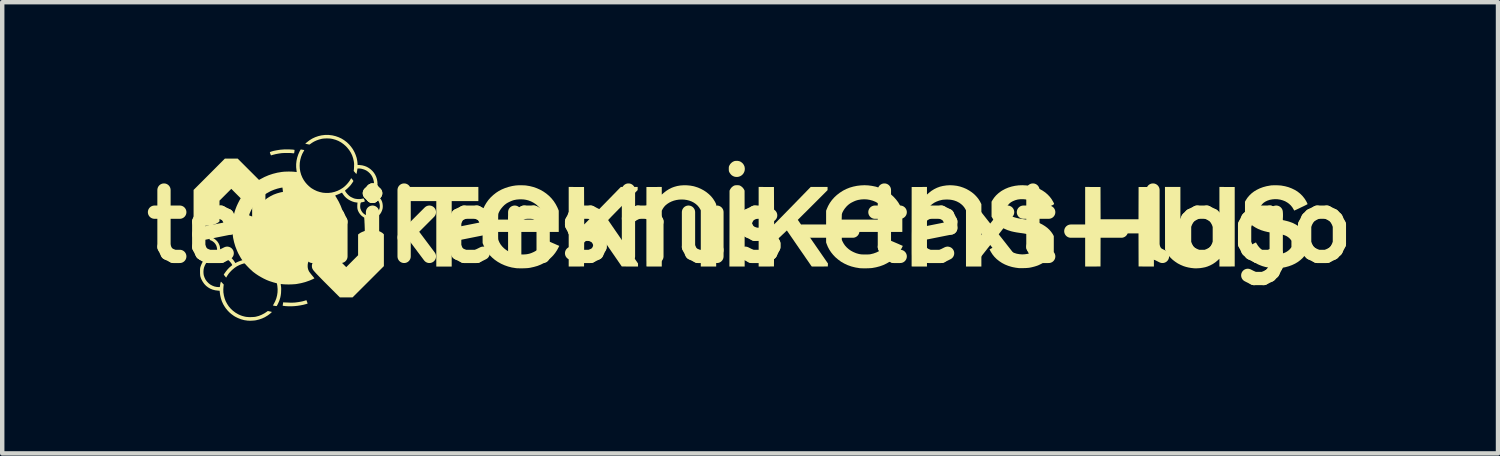
<source format=kicad_pcb>
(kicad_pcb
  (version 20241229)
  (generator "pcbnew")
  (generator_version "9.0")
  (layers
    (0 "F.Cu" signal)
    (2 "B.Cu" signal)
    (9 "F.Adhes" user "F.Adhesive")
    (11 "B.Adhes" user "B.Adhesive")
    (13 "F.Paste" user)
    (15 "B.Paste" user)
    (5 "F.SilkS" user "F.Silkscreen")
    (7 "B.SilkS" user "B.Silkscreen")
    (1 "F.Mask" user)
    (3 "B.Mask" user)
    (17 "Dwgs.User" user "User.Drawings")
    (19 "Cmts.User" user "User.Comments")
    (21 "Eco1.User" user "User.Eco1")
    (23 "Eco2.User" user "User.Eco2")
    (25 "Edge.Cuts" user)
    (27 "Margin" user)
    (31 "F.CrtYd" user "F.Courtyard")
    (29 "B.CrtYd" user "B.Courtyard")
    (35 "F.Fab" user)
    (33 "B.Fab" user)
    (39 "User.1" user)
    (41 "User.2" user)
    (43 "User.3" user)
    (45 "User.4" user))
  (footprint "teknikenshus-text-logo"
    (layer "F.Cu")
    (at 13.907 2.068)
    (property "Reference" "teknikenshus-text-logo" (at 0 0 0) (layer "F.SilkS") (effects (font (size 1.5 1.5) (thickness 0.3))))
    (attr board_only exclude_from_pos_files exclude_from_bom)
    (fp_poly (pts (xy -6.143 -0.732) (xy -6.143 -0.572) (xy -6.444 -0.572) (xy -6.746 -0.572) (xy -6.746 0.168) (xy -6.746 0.908) (xy -6.92 0.908) (xy -7.094 0.908) (xy -7.094 0.168) (xy -7.094 -0.572) (xy -7.396 -0.572) (xy -7.697 -0.572) (xy -7.697 -0.732) (xy -7.697 -0.892) (xy -6.92 -0.892) (xy -6.143 -0.892)) (stroke (width 0) (type solid)) (fill yes) (layer "F.SilkS"))
    (fp_poly (pts (xy 9.128 0.008) (xy 9.128 0.908) (xy 8.955 0.907) (xy 8.782 0.906) (xy 8.781 0.532) (xy 8.78 0.158) (xy 8.351 0.158) (xy 7.923 0.158) (xy 7.922 0.532) (xy 7.921 0.906) (xy 7.747 0.907) (xy 7.574 0.908) (xy 7.574 0.008) (xy 7.574 -0.892) (xy 7.747 -0.891) (xy 7.921 -0.89) (xy 7.922 -0.526) (xy 7.923 -0.162) (xy 8.351 -0.162) (xy 8.78 -0.162) (xy 8.781 -0.526) (xy 8.782 -0.89) (xy 8.955 -0.891) (xy 9.128 -0.892)) (stroke (width 0) (type solid)) (fill yes) (layer "F.SilkS"))
    (fp_poly (pts (xy -0.274 -0.931) (xy -0.26 -0.93) (xy -0.248 -0.928) (xy -0.238 -0.926) (xy -0.228 -0.921) (xy -0.221 -0.918) (xy -0.191 -0.898) (xy -0.164 -0.873) (xy -0.143 -0.844) (xy -0.138 -0.835) (xy -0.125 -0.808) (xy -0.124 0.05) (xy -0.123 0.908) (xy -0.295 0.908) (xy -0.468 0.908) (xy -0.466 0.05) (xy -0.465 -0.808) (xy -0.452 -0.835) (xy -0.433 -0.865) (xy -0.408 -0.892) (xy -0.378 -0.913) (xy -0.37 -0.918) (xy -0.357 -0.923) (xy -0.347 -0.927) (xy -0.337 -0.929) (xy -0.324 -0.93) (xy -0.307 -0.931) (xy -0.295 -0.931)) (stroke (width 0) (type solid)) (fill yes) (layer "F.SilkS"))
    (fp_poly (pts (xy -10.027 1.677) (xy -10.024 1.685) (xy -10.019 1.698) (xy -10.013 1.713) (xy -10.013 1.715) (xy -10.002 1.744) (xy -10.036 1.755) (xy -10.095 1.771) (xy -10.16 1.784) (xy -10.228 1.795) (xy -10.298 1.802) (xy -10.368 1.806) (xy -10.435 1.806) (xy -10.498 1.802) (xy -10.499 1.802) (xy -10.517 1.8) (xy -10.535 1.798) (xy -10.549 1.796) (xy -10.561 1.794) (xy -10.566 1.792) (xy -10.567 1.787) (xy -10.566 1.783) (xy -10.564 1.773) (xy -10.562 1.758) (xy -10.559 1.743) (xy -10.554 1.715) (xy -10.535 1.718) (xy -10.526 1.719) (xy -10.51 1.72) (xy -10.488 1.72) (xy -10.462 1.721) (xy -10.435 1.722) (xy -10.42 1.723) (xy -10.383 1.724) (xy -10.353 1.724) (xy -10.327 1.723) (xy -10.303 1.722) (xy -10.28 1.72) (xy -10.264 1.718) (xy -10.211 1.711) (xy -10.159 1.702) (xy -10.111 1.692) (xy -10.069 1.68) (xy -10.068 1.68) (xy -10.03 1.668)) (stroke (width 0) (type solid)) (fill yes) (layer "F.SilkS"))
    (fp_poly (pts (xy -0.277 -1.481) (xy -0.244 -1.474) (xy -0.215 -1.462) (xy -0.192 -1.446) (xy -0.163 -1.42) (xy -0.142 -1.389) (xy -0.127 -1.355) (xy -0.12 -1.316) (xy -0.12 -1.312) (xy -0.121 -1.274) (xy -0.13 -1.239) (xy -0.145 -1.207) (xy -0.165 -1.179) (xy -0.191 -1.155) (xy -0.22 -1.137) (xy -0.253 -1.124) (xy -0.288 -1.118) (xy -0.325 -1.119) (xy -0.353 -1.124) (xy -0.386 -1.137) (xy -0.417 -1.157) (xy -0.443 -1.184) (xy -0.465 -1.216) (xy -0.468 -1.223) (xy -0.474 -1.235) (xy -0.478 -1.245) (xy -0.48 -1.255) (xy -0.481 -1.267) (xy -0.482 -1.284) (xy -0.482 -1.3) (xy -0.482 -1.321) (xy -0.481 -1.336) (xy -0.48 -1.348) (xy -0.477 -1.358) (xy -0.472 -1.369) (xy -0.469 -1.377) (xy -0.449 -1.41) (xy -0.422 -1.438) (xy -0.391 -1.461) (xy -0.382 -1.465) (xy -0.366 -1.472) (xy -0.353 -1.477) (xy -0.339 -1.48) (xy -0.322 -1.481) (xy -0.313 -1.482)) (stroke (width 0) (type solid)) (fill yes) (layer "F.SilkS"))
    (fp_poly (pts (xy 0.366 -0.891) (xy 0.539 -0.89) (xy 0.541 -0.467) (xy 0.543 -0.045) (xy 0.957 -0.468) (xy 1.37 -0.892) (xy 1.561 -0.892) (xy 1.751 -0.892) (xy 1.751 -0.856) (xy 1.751 -0.82) (xy 1.415 -0.484) (xy 1.078 -0.148) (xy 1.419 0.346) (xy 1.76 0.839) (xy 1.758 0.873) (xy 1.757 0.906) (xy 1.576 0.907) (xy 1.395 0.908) (xy 1.379 0.887) (xy 1.374 0.881) (xy 1.366 0.868) (xy 1.353 0.85) (xy 1.337 0.826) (xy 1.317 0.797) (xy 1.294 0.764) (xy 1.268 0.727) (xy 1.24 0.686) (xy 1.21 0.642) (xy 1.178 0.596) (xy 1.144 0.547) (xy 1.109 0.497) (xy 1.097 0.479) (xy 0.831 0.092) (xy 0.814 0.108) (xy 0.808 0.114) (xy 0.796 0.125) (xy 0.78 0.141) (xy 0.76 0.16) (xy 0.736 0.182) (xy 0.711 0.206) (xy 0.684 0.232) (xy 0.67 0.244) (xy 0.543 0.364) (xy 0.541 0.635) (xy 0.539 0.906) (xy 0.366 0.907) (xy 0.193 0.908) (xy 0.193 0.008) (xy 0.193 -0.892)) (stroke (width 0) (type solid)) (fill yes) (layer "F.SilkS"))
    (fp_poly (pts (xy -10.44 -1.74) (xy -10.408 -1.74) (xy -10.378 -1.738) (xy -10.352 -1.737) (xy -10.329 -1.735) (xy -10.312 -1.732) (xy -10.302 -1.73) (xy -10.3 -1.728) (xy -10.299 -1.723) (xy -10.299 -1.712) (xy -10.301 -1.698) (xy -10.303 -1.683) (xy -10.305 -1.669) (xy -10.308 -1.658) (xy -10.309 -1.655) (xy -10.314 -1.653) (xy -10.324 -1.653) (xy -10.341 -1.654) (xy -10.349 -1.655) (xy -10.369 -1.657) (xy -10.396 -1.659) (xy -10.427 -1.66) (xy -10.461 -1.66) (xy -10.496 -1.66) (xy -10.53 -1.659) (xy -10.562 -1.658) (xy -10.588 -1.656) (xy -10.598 -1.655) (xy -10.64 -1.649) (xy -10.683 -1.642) (xy -10.725 -1.634) (xy -10.764 -1.624) (xy -10.788 -1.618) (xy -10.805 -1.613) (xy -10.819 -1.609) (xy -10.828 -1.606) (xy -10.831 -1.605) (xy -10.833 -1.609) (xy -10.838 -1.619) (xy -10.843 -1.633) (xy -10.846 -1.641) (xy -10.852 -1.657) (xy -10.855 -1.67) (xy -10.856 -1.678) (xy -10.856 -1.679) (xy -10.85 -1.682) (xy -10.837 -1.687) (xy -10.82 -1.693) (xy -10.8 -1.699) (xy -10.778 -1.705) (xy -10.767 -1.708) (xy -10.736 -1.714) (xy -10.701 -1.721) (xy -10.663 -1.727) (xy -10.624 -1.733) (xy -10.59 -1.736) (xy -10.565 -1.738) (xy -10.537 -1.74) (xy -10.505 -1.74) (xy -10.473 -1.741)) (stroke (width 0) (type solid)) (fill yes) (layer "F.SilkS"))
    (fp_poly (pts (xy 10.782 -0.891) (xy 10.955 -0.89) (xy 10.955 0.008) (xy 10.955 0.906) (xy 10.782 0.907) (xy 10.609 0.908) (xy 10.609 0.82) (xy 10.609 0.731) (xy 10.571 0.767) (xy 10.518 0.811) (xy 10.46 0.85) (xy 10.397 0.883) (xy 10.336 0.908) (xy 10.287 0.923) (xy 10.232 0.934) (xy 10.174 0.943) (xy 10.115 0.947) (xy 10.057 0.948) (xy 10.028 0.946) (xy 9.972 0.94) (xy 9.914 0.93) (xy 9.855 0.916) (xy 9.801 0.899) (xy 9.798 0.898) (xy 9.732 0.87) (xy 9.668 0.837) (xy 9.609 0.798) (xy 9.553 0.755) (xy 9.503 0.707) (xy 9.459 0.656) (xy 9.422 0.603) (xy 9.396 0.557) (xy 9.38 0.525) (xy 9.379 -0.184) (xy 9.378 -0.892) (xy 9.553 -0.892) (xy 9.727 -0.892) (xy 9.727 -0.256) (xy 9.727 0.38) (xy 9.743 0.411) (xy 9.77 0.455) (xy 9.804 0.493) (xy 9.844 0.528) (xy 9.889 0.558) (xy 9.939 0.582) (xy 9.993 0.602) (xy 10.051 0.615) (xy 10.112 0.623) (xy 10.175 0.625) (xy 10.188 0.624) (xy 10.25 0.618) (xy 10.309 0.607) (xy 10.365 0.589) (xy 10.417 0.567) (xy 10.465 0.539) (xy 10.508 0.508) (xy 10.545 0.472) (xy 10.576 0.432) (xy 10.595 0.401) (xy 10.609 0.373) (xy 10.609 -0.259) (xy 10.609 -0.892)) (stroke (width 0) (type solid)) (fill yes) (layer "F.SilkS"))
    (fp_poly (pts (xy -3.927 -0.891) (xy -3.754 -0.89) (xy -3.752 -0.467) (xy -3.75 -0.044) (xy -3.336 -0.468) (xy -2.922 -0.892) (xy -2.732 -0.892) (xy -2.542 -0.892) (xy -2.542 -0.857) (xy -2.542 -0.821) (xy -2.877 -0.485) (xy -2.927 -0.434) (xy -2.974 -0.387) (xy -3.017 -0.343) (xy -3.057 -0.302) (xy -3.092 -0.266) (xy -3.124 -0.234) (xy -3.15 -0.206) (xy -3.172 -0.183) (xy -3.189 -0.165) (xy -3.201 -0.152) (xy -3.208 -0.145) (xy -3.209 -0.143) (xy -3.206 -0.139) (xy -3.2 -0.128) (xy -3.188 -0.112) (xy -3.174 -0.09) (xy -3.155 -0.063) (xy -3.133 -0.031) (xy -3.108 0.006) (xy -3.08 0.046) (xy -3.05 0.09) (xy -3.017 0.138) (xy -2.982 0.188) (xy -2.946 0.241) (xy -2.908 0.296) (xy -2.871 0.35) (xy -2.534 0.838) (xy -2.534 0.873) (xy -2.534 0.908) (xy -2.718 0.907) (xy -2.901 0.906) (xy -3.181 0.5) (xy -3.216 0.449) (xy -3.251 0.399) (xy -3.284 0.351) (xy -3.315 0.306) (xy -3.343 0.265) (xy -3.37 0.227) (xy -3.394 0.193) (xy -3.415 0.163) (xy -3.432 0.139) (xy -3.446 0.119) (xy -3.456 0.105) (xy -3.462 0.097) (xy -3.464 0.096) (xy -3.467 0.099) (xy -3.476 0.107) (xy -3.49 0.119) (xy -3.508 0.136) (xy -3.529 0.156) (xy -3.554 0.179) (xy -3.581 0.204) (xy -3.609 0.231) (xy -3.609 0.231) (xy -3.751 0.365) (xy -3.753 0.636) (xy -3.754 0.906) (xy -3.927 0.907) (xy -4.101 0.908) (xy -4.101 0.008) (xy -4.101 -0.892)) (stroke (width 0) (type solid)) (fill yes) (layer "F.SilkS"))
    (fp_poly (pts (xy -1.427 -0.929) (xy -1.352 -0.922) (xy -1.28 -0.909) (xy -1.251 -0.901) (xy -1.179 -0.878) (xy -1.111 -0.848) (xy -1.046 -0.813) (xy -0.986 -0.773) (xy -0.931 -0.728) (xy -0.881 -0.679) (xy -0.838 -0.626) (xy -0.802 -0.57) (xy -0.785 -0.539) (xy -0.767 -0.501) (xy -0.767 0.204) (xy -0.767 0.908) (xy -0.941 0.908) (xy -1.115 0.908) (xy -1.115 0.273) (xy -1.115 -0.363) (xy -1.126 -0.385) (xy -1.153 -0.429) (xy -1.187 -0.47) (xy -1.227 -0.506) (xy -1.273 -0.538) (xy -1.324 -0.564) (xy -1.379 -0.584) (xy -1.431 -0.597) (xy -1.491 -0.606) (xy -1.552 -0.608) (xy -1.611 -0.605) (xy -1.669 -0.596) (xy -1.725 -0.582) (xy -1.778 -0.562) (xy -1.827 -0.538) (xy -1.872 -0.509) (xy -1.912 -0.477) (xy -1.946 -0.44) (xy -1.974 -0.399) (xy -1.981 -0.386) (xy -1.997 -0.354) (xy -1.997 0.277) (xy -1.997 0.908) (xy -2.169 0.908) (xy -2.214 0.908) (xy -2.25 0.908) (xy -2.28 0.908) (xy -2.303 0.907) (xy -2.32 0.907) (xy -2.332 0.906) (xy -2.34 0.905) (xy -2.343 0.904) (xy -2.344 0.903) (xy -2.344 0.899) (xy -2.344 0.886) (xy -2.344 0.866) (xy -2.344 0.84) (xy -2.344 0.806) (xy -2.345 0.766) (xy -2.345 0.72) (xy -2.345 0.669) (xy -2.345 0.612) (xy -2.345 0.551) (xy -2.345 0.485) (xy -2.345 0.415) (xy -2.345 0.341) (xy -2.345 0.264) (xy -2.345 0.184) (xy -2.345 0.101) (xy -2.345 0.016) (xy -2.345 0.004) (xy -2.344 -0.89) (xy -2.17 -0.891) (xy -1.997 -0.892) (xy -1.997 -0.806) (xy -1.997 -0.719) (xy -1.959 -0.753) (xy -1.899 -0.801) (xy -1.836 -0.841) (xy -1.77 -0.874) (xy -1.716 -0.894) (xy -1.648 -0.913) (xy -1.576 -0.925) (xy -1.502 -0.93)) (stroke (width 0) (type solid)) (fill yes) (layer "F.SilkS"))
    (fp_poly (pts (xy 4.597 -0.927) (xy 4.677 -0.917) (xy 4.749 -0.9) (xy 4.82 -0.876) (xy 4.888 -0.847) (xy 4.952 -0.811) (xy 5.012 -0.771) (xy 5.067 -0.726) (xy 5.116 -0.676) (xy 5.159 -0.624) (xy 5.195 -0.568) (xy 5.21 -0.538) (xy 5.228 -0.501) (xy 5.228 0.204) (xy 5.228 0.908) (xy 5.054 0.908) (xy 4.88 0.908) (xy 4.88 0.273) (xy 4.88 -0.363) (xy 4.869 -0.385) (xy 4.844 -0.426) (xy 4.812 -0.466) (xy 4.774 -0.501) (xy 4.731 -0.533) (xy 4.684 -0.558) (xy 4.668 -0.566) (xy 4.641 -0.576) (xy 4.616 -0.585) (xy 4.589 -0.592) (xy 4.557 -0.599) (xy 4.554 -0.599) (xy 4.528 -0.603) (xy 4.496 -0.606) (xy 4.461 -0.607) (xy 4.425 -0.607) (xy 4.391 -0.605) (xy 4.36 -0.603) (xy 4.337 -0.599) (xy 4.273 -0.583) (xy 4.214 -0.561) (xy 4.16 -0.534) (xy 4.112 -0.501) (xy 4.077 -0.47) (xy 4.052 -0.443) (xy 4.032 -0.417) (xy 4.015 -0.388) (xy 4.01 -0.379) (xy 3.998 -0.355) (xy 3.998 0.277) (xy 3.998 0.908) (xy 3.826 0.908) (xy 3.782 0.908) (xy 3.745 0.908) (xy 3.716 0.908) (xy 3.692 0.907) (xy 3.675 0.907) (xy 3.663 0.906) (xy 3.655 0.905) (xy 3.652 0.904) (xy 3.652 0.903) (xy 3.651 0.899) (xy 3.651 0.886) (xy 3.651 0.866) (xy 3.651 0.84) (xy 3.651 0.806) (xy 3.651 0.766) (xy 3.651 0.72) (xy 3.651 0.669) (xy 3.65 0.612) (xy 3.65 0.551) (xy 3.65 0.485) (xy 3.65 0.415) (xy 3.65 0.341) (xy 3.65 0.264) (xy 3.65 0.184) (xy 3.651 0.101) (xy 3.651 0.016) (xy 3.651 0.004) (xy 3.652 -0.89) (xy 3.825 -0.891) (xy 3.998 -0.892) (xy 3.998 -0.806) (xy 3.998 -0.72) (xy 4.038 -0.755) (xy 4.097 -0.802) (xy 4.159 -0.841) (xy 4.224 -0.873) (xy 4.292 -0.898) (xy 4.357 -0.914) (xy 4.436 -0.926) (xy 4.516 -0.931)) (stroke (width 0) (type solid)) (fill yes) (layer "F.SilkS"))
    (fp_poly (pts (xy 2.671 -0.927) (xy 2.755 -0.916) (xy 2.838 -0.899) (xy 2.919 -0.874) (xy 2.979 -0.85) (xy 3.052 -0.814) (xy 3.121 -0.771) (xy 3.186 -0.722) (xy 3.246 -0.667) (xy 3.3 -0.607) (xy 3.347 -0.545) (xy 3.366 -0.513) (xy 3.387 -0.477) (xy 3.406 -0.439) (xy 3.422 -0.404) (xy 3.426 -0.393) (xy 3.441 -0.355) (xy 3.441 -0.115) (xy 3.441 0.125) (xy 2.755 0.125) (xy 2.07 0.125) (xy 2.072 0.214) (xy 2.073 0.303) (xy 2.087 0.336) (xy 2.113 0.385) (xy 2.145 0.432) (xy 2.185 0.476) (xy 2.229 0.515) (xy 2.279 0.55) (xy 2.333 0.579) (xy 2.39 0.603) (xy 2.401 0.607) (xy 2.432 0.616) (xy 2.461 0.624) (xy 2.489 0.629) (xy 2.518 0.633) (xy 2.551 0.634) (xy 2.589 0.635) (xy 2.6 0.635) (xy 2.636 0.635) (xy 2.664 0.634) (xy 2.688 0.633) (xy 2.708 0.631) (xy 2.721 0.629) (xy 2.79 0.612) (xy 2.854 0.589) (xy 2.914 0.559) (xy 2.968 0.523) (xy 3.016 0.481) (xy 3.06 0.433) (xy 3.098 0.379) (xy 3.122 0.335) (xy 3.129 0.321) (xy 3.135 0.311) (xy 3.138 0.306) (xy 3.139 0.306) (xy 3.143 0.307) (xy 3.153 0.311) (xy 3.169 0.318) (xy 3.19 0.327) (xy 3.215 0.338) (xy 3.242 0.349) (xy 3.271 0.362) (xy 3.3 0.374) (xy 3.33 0.387) (xy 3.358 0.399) (xy 3.384 0.411) (xy 3.407 0.421) (xy 3.426 0.429) (xy 3.44 0.435) (xy 3.448 0.439) (xy 3.45 0.439) (xy 3.449 0.444) (xy 3.446 0.454) (xy 3.439 0.468) (xy 3.43 0.486) (xy 3.419 0.506) (xy 3.408 0.526) (xy 3.397 0.546) (xy 3.386 0.563) (xy 3.383 0.567) (xy 3.335 0.634) (xy 3.281 0.694) (xy 3.223 0.747) (xy 3.159 0.795) (xy 3.089 0.836) (xy 3.015 0.872) (xy 2.935 0.901) (xy 2.849 0.924) (xy 2.768 0.939) (xy 2.746 0.942) (xy 2.717 0.944) (xy 2.683 0.946) (xy 2.647 0.947) (xy 2.609 0.948) (xy 2.571 0.948) (xy 2.536 0.947) (xy 2.504 0.946) (xy 2.478 0.945) (xy 2.469 0.943) (xy 2.378 0.928) (xy 2.291 0.906) (xy 2.209 0.877) (xy 2.131 0.841) (xy 2.057 0.799) (xy 1.989 0.749) (xy 1.926 0.695) (xy 1.876 0.642) (xy 1.83 0.585) (xy 1.79 0.524) (xy 1.757 0.462) (xy 1.731 0.398) (xy 1.718 0.362) (xy 1.718 0.004) (xy 1.718 -0.154) (xy 2.07 -0.154) (xy 2.579 -0.154) (xy 3.088 -0.154) (xy 3.088 -0.214) (xy 3.088 -0.238) (xy 3.087 -0.256) (xy 3.086 -0.27) (xy 3.084 -0.281) (xy 3.081 -0.291) (xy 3.076 -0.303) (xy 3.076 -0.304) (xy 3.051 -0.357) (xy 3.018 -0.406) (xy 2.98 -0.452) (xy 2.935 -0.493) (xy 2.885 -0.528) (xy 2.83 -0.558) (xy 2.771 -0.582) (xy 2.77 -0.582) (xy 2.707 -0.599) (xy 2.642 -0.61) (xy 2.575 -0.613) (xy 2.508 -0.609) (xy 2.443 -0.598) (xy 2.413 -0.59) (xy 2.383 -0.58) (xy 2.349 -0.566) (xy 2.314 -0.549) (xy 2.281 -0.532) (xy 2.253 -0.514) (xy 2.253 -0.514) (xy 2.214 -0.484) (xy 2.178 -0.449) (xy 2.145 -0.41) (xy 2.117 -0.37) (xy 2.094 -0.329) (xy 2.086 -0.312) (xy 2.081 -0.299) (xy 2.078 -0.288) (xy 2.075 -0.277) (xy 2.073 -0.264) (xy 2.073 -0.247) (xy 2.072 -0.225) (xy 2.072 -0.216) (xy 2.07 -0.154) (xy 1.718 -0.154) (xy 1.718 -0.354) (xy 1.732 -0.39) (xy 1.764 -0.463) (xy 1.803 -0.531) (xy 1.849 -0.595) (xy 1.902 -0.655) (xy 1.961 -0.71) (xy 2.027 -0.761) (xy 2.099 -0.807) (xy 2.102 -0.809) (xy 2.175 -0.846) (xy 2.253 -0.877) (xy 2.333 -0.9) (xy 2.416 -0.917) (xy 2.5 -0.927) (xy 2.586 -0.931)) (stroke (width 0) (type solid)) (fill yes) (layer "F.SilkS"))
    (fp_poly (pts (xy -5.138 -0.929) (xy -5.105 -0.928) (xy -5.077 -0.926) (xy -5.066 -0.925) (xy -4.981 -0.911) (xy -4.898 -0.89) (xy -4.819 -0.862) (xy -4.744 -0.828) (xy -4.673 -0.788) (xy -4.607 -0.742) (xy -4.546 -0.691) (xy -4.49 -0.634) (xy -4.44 -0.572) (xy -4.397 -0.506) (xy -4.36 -0.436) (xy -4.341 -0.393) (xy -4.326 -0.355) (xy -4.326 -0.115) (xy -4.326 0.125) (xy -5.011 0.125) (xy -5.696 0.125) (xy -5.696 0.208) (xy -5.696 0.238) (xy -5.695 0.261) (xy -5.695 0.278) (xy -5.693 0.292) (xy -5.692 0.302) (xy -5.689 0.311) (xy -5.688 0.314) (xy -5.667 0.363) (xy -5.639 0.41) (xy -5.604 0.454) (xy -5.563 0.495) (xy -5.517 0.531) (xy -5.467 0.563) (xy -5.444 0.574) (xy -5.406 0.592) (xy -5.37 0.606) (xy -5.333 0.617) (xy -5.294 0.626) (xy -5.277 0.629) (xy -5.262 0.632) (xy -5.245 0.633) (xy -5.226 0.634) (xy -5.203 0.635) (xy -5.174 0.635) (xy -5.167 0.635) (xy -5.113 0.634) (xy -5.065 0.631) (xy -5.021 0.624) (xy -4.98 0.614) (xy -4.94 0.6) (xy -4.899 0.582) (xy -4.886 0.576) (xy -4.829 0.544) (xy -4.777 0.505) (xy -4.73 0.46) (xy -4.689 0.408) (xy -4.653 0.352) (xy -4.644 0.333) (xy -4.636 0.319) (xy -4.629 0.31) (xy -4.625 0.307) (xy -4.624 0.307) (xy -4.62 0.309) (xy -4.609 0.313) (xy -4.592 0.321) (xy -4.571 0.33) (xy -4.546 0.34) (xy -4.519 0.352) (xy -4.49 0.364) (xy -4.461 0.377) (xy -4.432 0.389) (xy -4.405 0.401) (xy -4.381 0.412) (xy -4.36 0.421) (xy -4.343 0.428) (xy -4.332 0.433) (xy -4.331 0.433) (xy -4.314 0.441) (xy -4.331 0.475) (xy -4.366 0.539) (xy -4.405 0.598) (xy -4.448 0.652) (xy -4.478 0.684) (xy -4.535 0.738) (xy -4.596 0.786) (xy -4.661 0.828) (xy -4.731 0.863) (xy -4.806 0.893) (xy -4.887 0.916) (xy -4.973 0.935) (xy -4.999 0.939) (xy -5.021 0.942) (xy -5.05 0.944) (xy -5.084 0.946) (xy -5.12 0.947) (xy -5.158 0.948) (xy -5.196 0.948) (xy -5.231 0.947) (xy -5.262 0.946) (xy -5.288 0.945) (xy -5.298 0.943) (xy -5.386 0.929) (xy -5.471 0.907) (xy -5.551 0.879) (xy -5.627 0.845) (xy -5.699 0.805) (xy -5.766 0.76) (xy -5.827 0.709) (xy -5.883 0.653) (xy -5.933 0.591) (xy -5.977 0.526) (xy -6.014 0.455) (xy -6.027 0.424) (xy -6.047 0.377) (xy -6.048 0.011) (xy -6.048 -0.154) (xy -5.696 -0.154) (xy -5.187 -0.154) (xy -4.678 -0.154) (xy -4.68 -0.218) (xy -4.68 -0.243) (xy -4.681 -0.261) (xy -4.683 -0.275) (xy -4.684 -0.286) (xy -4.688 -0.296) (xy -4.692 -0.307) (xy -4.696 -0.316) (xy -4.724 -0.369) (xy -4.758 -0.418) (xy -4.799 -0.462) (xy -4.845 -0.502) (xy -4.897 -0.536) (xy -4.953 -0.565) (xy -5.014 -0.588) (xy -5.066 -0.601) (xy -5.116 -0.609) (xy -5.17 -0.612) (xy -5.226 -0.611) (xy -5.281 -0.606) (xy -5.334 -0.596) (xy -5.355 -0.59) (xy -5.384 -0.58) (xy -5.417 -0.566) (xy -5.451 -0.55) (xy -5.484 -0.533) (xy -5.512 -0.516) (xy -5.514 -0.514) (xy -5.553 -0.484) (xy -5.59 -0.447) (xy -5.624 -0.407) (xy -5.654 -0.365) (xy -5.677 -0.322) (xy -5.68 -0.314) (xy -5.685 -0.302) (xy -5.689 -0.292) (xy -5.692 -0.282) (xy -5.693 -0.27) (xy -5.694 -0.255) (xy -5.695 -0.234) (xy -5.695 -0.218) (xy -5.696 -0.154) (xy -6.048 -0.154) (xy -6.049 -0.355) (xy -6.035 -0.391) (xy -6.003 -0.463) (xy -5.963 -0.531) (xy -5.917 -0.596) (xy -5.864 -0.656) (xy -5.805 -0.711) (xy -5.74 -0.762) (xy -5.683 -0.799) (xy -5.613 -0.836) (xy -5.539 -0.867) (xy -5.459 -0.893) (xy -5.377 -0.913) (xy -5.3 -0.925) (xy -5.275 -0.927) (xy -5.244 -0.929) (xy -5.21 -0.93) (xy -5.173 -0.93)) (stroke (width 0) (type solid)) (fill yes) (layer "F.SilkS"))
    (fp_poly (pts (xy 11.89 -0.93) (xy 11.927 -0.929) (xy 11.961 -0.927) (xy 11.991 -0.925) (xy 12.009 -0.923) (xy 12.092 -0.908) (xy 12.17 -0.887) (xy 12.243 -0.859) (xy 12.311 -0.826) (xy 12.374 -0.788) (xy 12.431 -0.743) (xy 12.482 -0.693) (xy 12.527 -0.638) (xy 12.541 -0.618) (xy 12.554 -0.598) (xy 12.566 -0.577) (xy 12.578 -0.557) (xy 12.588 -0.537) (xy 12.595 -0.521) (xy 12.6 -0.509) (xy 12.601 -0.503) (xy 12.597 -0.5) (xy 12.587 -0.495) (xy 12.571 -0.486) (xy 12.551 -0.476) (xy 12.527 -0.464) (xy 12.5 -0.451) (xy 12.472 -0.438) (xy 12.443 -0.424) (xy 12.415 -0.41) (xy 12.387 -0.397) (xy 12.362 -0.385) (xy 12.34 -0.375) (xy 12.322 -0.367) (xy 12.309 -0.361) (xy 12.302 -0.359) (xy 12.302 -0.359) (xy 12.298 -0.362) (xy 12.293 -0.371) (xy 12.286 -0.384) (xy 12.284 -0.386) (xy 12.257 -0.432) (xy 12.222 -0.475) (xy 12.181 -0.513) (xy 12.145 -0.539) (xy 12.095 -0.568) (xy 12.041 -0.589) (xy 11.984 -0.605) (xy 11.924 -0.614) (xy 11.864 -0.616) (xy 11.804 -0.611) (xy 11.745 -0.6) (xy 11.742 -0.599) (xy 11.692 -0.582) (xy 11.647 -0.56) (xy 11.607 -0.533) (xy 11.575 -0.502) (xy 11.554 -0.475) (xy 11.539 -0.454) (xy 11.539 -0.392) (xy 11.54 -0.367) (xy 11.54 -0.349) (xy 11.541 -0.336) (xy 11.543 -0.327) (xy 11.545 -0.321) (xy 11.547 -0.319) (xy 11.57 -0.287) (xy 11.599 -0.26) (xy 11.634 -0.236) (xy 11.674 -0.216) (xy 11.722 -0.199) (xy 11.776 -0.185) (xy 11.786 -0.183) (xy 11.802 -0.18) (xy 11.825 -0.176) (xy 11.851 -0.172) (xy 11.88 -0.167) (xy 11.91 -0.163) (xy 11.917 -0.162) (xy 11.976 -0.153) (xy 12.028 -0.145) (xy 12.074 -0.136) (xy 12.116 -0.126) (xy 12.155 -0.116) (xy 12.192 -0.105) (xy 12.192 -0.105) (xy 12.267 -0.077) (xy 12.335 -0.043) (xy 12.397 -0.005) (xy 12.453 0.038) (xy 12.503 0.087) (xy 12.545 0.14) (xy 12.572 0.181) (xy 12.589 0.21) (xy 12.589 0.394) (xy 12.589 0.579) (xy 12.569 0.612) (xy 12.532 0.666) (xy 12.488 0.717) (xy 12.437 0.763) (xy 12.381 0.805) (xy 12.319 0.842) (xy 12.251 0.874) (xy 12.18 0.9) (xy 12.104 0.921) (xy 12.034 0.935) (xy 12.017 0.937) (xy 11.994 0.939) (xy 11.967 0.941) (xy 11.937 0.942) (xy 11.906 0.943) (xy 11.876 0.944) (xy 11.848 0.944) (xy 11.825 0.944) (xy 11.807 0.943) (xy 11.804 0.943) (xy 11.723 0.932) (xy 11.648 0.917) (xy 11.578 0.897) (xy 11.511 0.871) (xy 11.476 0.855) (xy 11.407 0.817) (xy 11.345 0.775) (xy 11.289 0.727) (xy 11.239 0.674) (xy 11.195 0.616) (xy 11.194 0.615) (xy 11.18 0.594) (xy 11.168 0.573) (xy 11.157 0.554) (xy 11.149 0.537) (xy 11.145 0.525) (xy 11.144 0.519) (xy 11.144 0.519) (xy 11.149 0.516) (xy 11.159 0.51) (xy 11.175 0.501) (xy 11.195 0.49) (xy 11.219 0.477) (xy 11.245 0.463) (xy 11.272 0.448) (xy 11.3 0.433) (xy 11.328 0.418) (xy 11.354 0.404) (xy 11.379 0.391) (xy 11.399 0.38) (xy 11.416 0.372) (xy 11.428 0.366) (xy 11.433 0.363) (xy 11.434 0.363) (xy 11.437 0.366) (xy 11.442 0.375) (xy 11.45 0.388) (xy 11.451 0.391) (xy 11.484 0.442) (xy 11.523 0.488) (xy 11.567 0.527) (xy 11.616 0.561) (xy 11.671 0.589) (xy 11.731 0.611) (xy 11.774 0.622) (xy 11.809 0.628) (xy 11.85 0.631) (xy 11.892 0.632) (xy 11.934 0.63) (xy 11.973 0.626) (xy 11.998 0.622) (xy 12.051 0.608) (xy 12.098 0.59) (xy 12.139 0.567) (xy 12.176 0.539) (xy 12.184 0.532) (xy 12.198 0.518) (xy 12.212 0.503) (xy 12.222 0.489) (xy 12.224 0.486) (xy 12.237 0.467) (xy 12.237 0.396) (xy 12.237 0.325) (xy 12.224 0.305) (xy 12.207 0.283) (xy 12.185 0.261) (xy 12.16 0.241) (xy 12.135 0.225) (xy 12.131 0.222) (xy 12.103 0.209) (xy 12.072 0.197) (xy 12.037 0.186) (xy 11.997 0.176) (xy 11.952 0.166) (xy 11.9 0.158) (xy 11.847 0.15) (xy 11.816 0.145) (xy 11.784 0.141) (xy 11.754 0.136) (xy 11.726 0.131) (xy 11.705 0.127) (xy 11.702 0.127) (xy 11.624 0.108) (xy 11.551 0.085) (xy 11.483 0.057) (xy 11.421 0.024) (xy 11.363 -0.013) (xy 11.312 -0.055) (xy 11.267 -0.1) (xy 11.229 -0.148) (xy 11.202 -0.193) (xy 11.187 -0.223) (xy 11.187 -0.39) (xy 11.187 -0.558) (xy 11.205 -0.59) (xy 11.242 -0.647) (xy 11.286 -0.699) (xy 11.336 -0.747) (xy 11.392 -0.79) (xy 11.454 -0.827) (xy 11.522 -0.86) (xy 11.594 -0.887) (xy 11.671 -0.908) (xy 11.753 -0.923) (xy 11.765 -0.925) (xy 11.789 -0.928) (xy 11.82 -0.929) (xy 11.854 -0.93)) (stroke (width 0) (type solid)) (fill yes) (layer "F.SilkS"))
    (fp_poly (pts (xy 6.237 -0.927) (xy 6.319 -0.917) (xy 6.333 -0.915) (xy 6.409 -0.897) (xy 6.482 -0.873) (xy 6.551 -0.843) (xy 6.615 -0.807) (xy 6.674 -0.766) (xy 6.728 -0.719) (xy 6.776 -0.668) (xy 6.817 -0.613) (xy 6.852 -0.553) (xy 6.859 -0.54) (xy 6.865 -0.529) (xy 6.869 -0.521) (xy 6.871 -0.513) (xy 6.87 -0.507) (xy 6.866 -0.5) (xy 6.858 -0.493) (xy 6.846 -0.486) (xy 6.829 -0.477) (xy 6.806 -0.466) (xy 6.777 -0.453) (xy 6.742 -0.436) (xy 6.73 -0.431) (xy 6.698 -0.415) (xy 6.667 -0.401) (xy 6.64 -0.389) (xy 6.617 -0.378) (xy 6.598 -0.369) (xy 6.585 -0.363) (xy 6.578 -0.36) (xy 6.578 -0.36) (xy 6.572 -0.363) (xy 6.565 -0.372) (xy 6.555 -0.389) (xy 6.555 -0.39) (xy 6.526 -0.437) (xy 6.49 -0.48) (xy 6.449 -0.517) (xy 6.402 -0.549) (xy 6.351 -0.575) (xy 6.295 -0.595) (xy 6.235 -0.609) (xy 6.176 -0.615) (xy 6.113 -0.615) (xy 6.052 -0.608) (xy 5.993 -0.592) (xy 5.94 -0.57) (xy 5.9 -0.548) (xy 5.867 -0.523) (xy 5.84 -0.494) (xy 5.827 -0.477) (xy 5.811 -0.452) (xy 5.811 -0.392) (xy 5.811 -0.366) (xy 5.812 -0.346) (xy 5.815 -0.33) (xy 5.82 -0.317) (xy 5.828 -0.305) (xy 5.839 -0.291) (xy 5.854 -0.276) (xy 5.874 -0.258) (xy 5.895 -0.242) (xy 5.919 -0.228) (xy 5.947 -0.215) (xy 5.978 -0.204) (xy 6.015 -0.194) (xy 6.057 -0.184) (xy 6.106 -0.175) (xy 6.162 -0.166) (xy 6.188 -0.162) (xy 6.236 -0.155) (xy 6.277 -0.149) (xy 6.313 -0.143) (xy 6.344 -0.137) (xy 6.372 -0.131) (xy 6.398 -0.125) (xy 6.423 -0.118) (xy 6.449 -0.11) (xy 6.476 -0.101) (xy 6.477 -0.1) (xy 6.545 -0.074) (xy 6.608 -0.042) (xy 6.666 -0.006) (xy 6.72 0.034) (xy 6.767 0.078) (xy 6.807 0.125) (xy 6.841 0.174) (xy 6.854 0.198) (xy 6.865 0.219) (xy 6.865 0.394) (xy 6.865 0.568) (xy 6.854 0.59) (xy 6.825 0.639) (xy 6.788 0.686) (xy 6.745 0.731) (xy 6.695 0.774) (xy 6.641 0.812) (xy 6.582 0.847) (xy 6.519 0.877) (xy 6.494 0.887) (xy 6.464 0.897) (xy 6.428 0.908) (xy 6.389 0.918) (xy 6.351 0.927) (xy 6.315 0.934) (xy 6.307 0.935) (xy 6.29 0.937) (xy 6.267 0.939) (xy 6.239 0.941) (xy 6.209 0.942) (xy 6.178 0.943) (xy 6.147 0.944) (xy 6.12 0.944) (xy 6.096 0.944) (xy 6.079 0.943) (xy 6.075 0.943) (xy 6.006 0.934) (xy 5.942 0.922) (xy 5.909 0.914) (xy 5.834 0.891) (xy 5.762 0.862) (xy 5.695 0.827) (xy 5.633 0.786) (xy 5.576 0.741) (xy 5.525 0.691) (xy 5.481 0.636) (xy 5.443 0.577) (xy 5.433 0.559) (xy 5.413 0.519) (xy 5.496 0.474) (xy 5.541 0.45) (xy 5.579 0.429) (xy 5.611 0.412) (xy 5.638 0.398) (xy 5.659 0.387) (xy 5.675 0.378) (xy 5.688 0.371) (xy 5.697 0.367) (xy 5.703 0.364) (xy 5.706 0.363) (xy 5.706 0.363) (xy 5.71 0.367) (xy 5.716 0.376) (xy 5.723 0.388) (xy 5.736 0.411) (xy 5.754 0.438) (xy 5.774 0.464) (xy 5.795 0.488) (xy 5.812 0.505) (xy 5.858 0.542) (xy 5.91 0.573) (xy 5.966 0.598) (xy 6.025 0.617) (xy 6.087 0.628) (xy 6.15 0.633) (xy 6.21 0.63) (xy 6.271 0.621) (xy 6.326 0.607) (xy 6.376 0.586) (xy 6.42 0.56) (xy 6.454 0.533) (xy 6.47 0.517) (xy 6.484 0.502) (xy 6.495 0.488) (xy 6.5 0.48) (xy 6.505 0.472) (xy 6.508 0.465) (xy 6.51 0.457) (xy 6.511 0.447) (xy 6.512 0.433) (xy 6.512 0.414) (xy 6.512 0.396) (xy 6.512 0.372) (xy 6.512 0.354) (xy 6.511 0.341) (xy 6.509 0.332) (xy 6.507 0.325) (xy 6.503 0.317) (xy 6.499 0.31) (xy 6.482 0.286) (xy 6.459 0.262) (xy 6.432 0.24) (xy 6.406 0.224) (xy 6.378 0.211) (xy 6.347 0.198) (xy 6.315 0.188) (xy 6.278 0.178) (xy 6.237 0.169) (xy 6.19 0.16) (xy 6.136 0.152) (xy 6.118 0.15) (xy 6.072 0.143) (xy 6.032 0.137) (xy 5.997 0.131) (xy 5.967 0.125) (xy 5.939 0.119) (xy 5.913 0.113) (xy 5.895 0.108) (xy 5.82 0.084) (xy 5.75 0.054) (xy 5.686 0.02) (xy 5.628 -0.019) (xy 5.576 -0.063) (xy 5.572 -0.067) (xy 5.545 -0.094) (xy 5.523 -0.119) (xy 5.504 -0.145) (xy 5.485 -0.175) (xy 5.478 -0.187) (xy 5.458 -0.221) (xy 5.458 -0.389) (xy 5.458 -0.558) (xy 5.477 -0.591) (xy 5.515 -0.648) (xy 5.56 -0.701) (xy 5.612 -0.749) (xy 5.67 -0.793) (xy 5.7 -0.812) (xy 5.767 -0.848) (xy 5.838 -0.878) (xy 5.913 -0.901) (xy 5.991 -0.918) (xy 6.072 -0.928) (xy 6.154 -0.931)) (stroke (width 0) (type solid)) (fill yes) (layer "F.SilkS"))
    (fp_poly (pts (xy -9.52 -2.067) (xy -9.446 -2.058) (xy -9.374 -2.041) (xy -9.305 -2.017) (xy -9.238 -1.986) (xy -9.176 -1.948) (xy -9.117 -1.903) (xy -9.064 -1.852) (xy -9.02 -1.8) (xy -8.979 -1.742) (xy -8.944 -1.679) (xy -8.916 -1.614) (xy -8.894 -1.547) (xy -8.881 -1.479) (xy -8.875 -1.429) (xy -8.873 -1.389) (xy -8.827 -1.387) (xy -8.769 -1.38) (xy -8.715 -1.366) (xy -8.664 -1.346) (xy -8.617 -1.319) (xy -8.575 -1.288) (xy -8.536 -1.251) (xy -8.503 -1.211) (xy -8.475 -1.166) (xy -8.453 -1.119) (xy -8.437 -1.069) (xy -8.427 -1.017) (xy -8.423 -0.964) (xy -8.426 -0.91) (xy -8.437 -0.856) (xy -8.455 -0.802) (xy -8.472 -0.766) (xy -8.479 -0.751) (xy -8.485 -0.74) (xy -8.488 -0.732) (xy -8.489 -0.731) (xy -8.485 -0.728) (xy -8.477 -0.724) (xy -8.475 -0.724) (xy -8.458 -0.715) (xy -8.437 -0.702) (xy -8.416 -0.688) (xy -8.397 -0.673) (xy -8.389 -0.665) (xy -8.371 -0.645) (xy -8.354 -0.622) (xy -8.338 -0.598) (xy -8.332 -0.586) (xy -8.319 -0.555) (xy -8.31 -0.519) (xy -8.305 -0.48) (xy -8.304 -0.441) (xy -8.308 -0.405) (xy -8.31 -0.395) (xy -8.322 -0.356) (xy -8.34 -0.317) (xy -8.363 -0.281) (xy -8.39 -0.251) (xy -8.399 -0.243) (xy -8.42 -0.224) (xy -8.415 -0.077) (xy -8.414 -0.043) (xy -8.413 -0.01) (xy -8.412 0.02) (xy -8.412 0.045) (xy -8.411 0.066) (xy -8.411 0.08) (xy -8.411 0.087) (xy -8.41 0.098) (xy -8.407 0.103) (xy -8.4 0.106) (xy -8.396 0.106) (xy -8.38 0.111) (xy -8.36 0.12) (xy -8.338 0.132) (xy -8.318 0.144) (xy -8.302 0.157) (xy -8.299 0.16) (xy -8.279 0.179) (xy -8.279 0.539) (xy -8.279 0.898) (xy -8.633 1.252) (xy -8.987 1.605) (xy -9.13 1.605) (xy -9.274 1.605) (xy -9.545 1.334) (xy -9.597 1.282) (xy -9.644 1.235) (xy -9.685 1.193) (xy -9.721 1.156) (xy -9.753 1.123) (xy -9.781 1.094) (xy -9.805 1.069) (xy -9.825 1.047) (xy -9.842 1.028) (xy -9.856 1.012) (xy -9.868 0.998) (xy -9.877 0.986) (xy -9.884 0.975) (xy -9.89 0.965) (xy -9.894 0.958) (xy -9.904 0.927) (xy -9.907 0.894) (xy -9.903 0.86) (xy -9.892 0.825) (xy -9.874 0.792) (xy -9.85 0.761) (xy -9.842 0.753) (xy -9.828 0.739) (xy -9.816 0.728) (xy -9.806 0.719) (xy -9.804 0.718) (xy -9.792 0.709) (xy -9.812 0.673) (xy -9.822 0.657) (xy -9.829 0.644) (xy -9.835 0.635) (xy -9.837 0.633) (xy -9.842 0.633) (xy -9.852 0.637) (xy -9.866 0.646) (xy -9.881 0.657) (xy -9.896 0.67) (xy -9.911 0.684) (xy -9.914 0.687) (xy -9.944 0.724) (xy -9.969 0.765) (xy -9.988 0.807) (xy -9.996 0.832) (xy -10.001 0.865) (xy -10.002 0.902) (xy -9.999 0.938) (xy -9.992 0.968) (xy -9.986 0.985) (xy -9.979 1.001) (xy -9.972 1.016) (xy -9.962 1.031) (xy -9.949 1.049) (xy -9.933 1.07) (xy -9.913 1.095) (xy -9.904 1.106) (xy -9.887 1.126) (xy -9.873 1.143) (xy -9.862 1.157) (xy -9.854 1.167) (xy -9.85 1.172) (xy -9.85 1.173) (xy -9.854 1.176) (xy -9.863 1.181) (xy -9.878 1.189) (xy -9.897 1.198) (xy -9.919 1.207) (xy -9.941 1.217) (xy -9.964 1.226) (xy -9.967 1.227) (xy -10.055 1.258) (xy -10.146 1.282) (xy -10.241 1.3) (xy -10.274 1.305) (xy -10.302 1.307) (xy -10.335 1.309) (xy -10.373 1.311) (xy -10.413 1.312) (xy -10.453 1.312) (xy -10.491 1.311) (xy -10.526 1.31) (xy -10.556 1.308) (xy -10.565 1.307) (xy -10.583 1.305) (xy -10.598 1.303) (xy -10.608 1.303) (xy -10.611 1.303) (xy -10.611 1.307) (xy -10.61 1.318) (xy -10.608 1.333) (xy -10.606 1.345) (xy -10.603 1.369) (xy -10.601 1.394) (xy -10.601 1.424) (xy -10.602 1.456) (xy -10.604 1.507) (xy -10.61 1.553) (xy -10.618 1.597) (xy -10.63 1.641) (xy -10.636 1.658) (xy -10.642 1.677) (xy -10.651 1.699) (xy -10.661 1.721) (xy -10.671 1.744) (xy -10.681 1.764) (xy -10.69 1.781) (xy -10.697 1.793) (xy -10.701 1.799) (xy -10.706 1.8) (xy -10.715 1.801) (xy -10.729 1.799) (xy -10.748 1.796) (xy -10.788 1.788) (xy -10.77 1.757) (xy -10.737 1.694) (xy -10.711 1.628) (xy -10.693 1.559) (xy -10.683 1.489) (xy -10.681 1.419) (xy -10.687 1.348) (xy -10.691 1.322) (xy -10.695 1.303) (xy -10.699 1.29) (xy -10.704 1.284) (xy -10.71 1.281) (xy -10.711 1.281) (xy -10.719 1.28) (xy -10.734 1.277) (xy -10.754 1.271) (xy -10.777 1.265) (xy -10.802 1.257) (xy -10.827 1.249) (xy -10.852 1.241) (xy -10.873 1.234) (xy -10.932 1.21) (xy -10.993 1.181) (xy -11.056 1.147) (xy -11.117 1.111) (xy -11.174 1.073) (xy -11.226 1.034) (xy -11.228 1.033) (xy -11.246 1.018) (xy -11.267 0.998) (xy -11.292 0.976) (xy -11.317 0.952) (xy -11.341 0.928) (xy -11.364 0.904) (xy -11.384 0.883) (xy -11.4 0.866) (xy -11.403 0.862) (xy -11.412 0.851) (xy -11.42 0.843) (xy -11.427 0.838) (xy -11.435 0.837) (xy -11.446 0.838) (xy -11.461 0.843) (xy -11.483 0.85) (xy -11.488 0.851) (xy -11.548 0.875) (xy -11.603 0.903) (xy -11.655 0.938) (xy -11.706 0.981) (xy -11.728 1.002) (xy -11.763 1.039) (xy -11.793 1.075) (xy -11.818 1.113) (xy -11.837 1.144) (xy -11.845 1.158) (xy -11.872 1.125) (xy -11.899 1.091) (xy -11.884 1.066) (xy -11.848 1.016) (xy -11.809 0.968) (xy -11.768 0.926) (xy -11.739 0.902) (xy -11.726 0.891) (xy -11.716 0.883) (xy -11.709 0.878) (xy -11.708 0.877) (xy -11.708 0.872) (xy -11.712 0.862) (xy -11.72 0.848) (xy -11.731 0.832) (xy -11.742 0.817) (xy -11.771 0.784) (xy -11.807 0.753) (xy -11.846 0.727) (xy -11.888 0.706) (xy -11.927 0.693) (xy -11.954 0.688) (xy -11.986 0.684) (xy -12.019 0.684) (xy -12.052 0.685) (xy -12.08 0.689) (xy -12.081 0.689) (xy -12.102 0.693) (xy -12.116 0.696) (xy -12.125 0.695) (xy -12.131 0.692) (xy -12.136 0.685) (xy -12.14 0.673) (xy -12.143 0.666) (xy -12.148 0.651) (xy -12.152 0.639) (xy -12.154 0.632) (xy -12.154 0.631) (xy -12.15 0.626) (xy -12.138 0.621) (xy -12.118 0.615) (xy -12.093 0.609) (xy -12.063 0.603) (xy -12.057 0.584) (xy -12.05 0.545) (xy -12.05 0.505) (xy -12.057 0.466) (xy -12.07 0.428) (xy -12.09 0.394) (xy -12.116 0.364) (xy -12.147 0.339) (xy -12.172 0.324) (xy -12.187 0.318) (xy -12.2 0.312) (xy -12.208 0.31) (xy -12.209 0.31) (xy -12.212 0.309) (xy -12.214 0.308) (xy -12.215 0.305) (xy -12.217 0.299) (xy -12.218 0.29) (xy -12.219 0.277) (xy -12.22 0.259) (xy -12.221 0.235) (xy -12.222 0.206) (xy -12.223 0.17) (xy -12.224 0.135) (xy -12.226 0.101) (xy -12.227 0.07) (xy -12.228 0.043) (xy -12.229 0.019) (xy -12.229 0.002) (xy -12.23 -0.01) (xy -12.23 -0.014) (xy -12.235 -0.014) (xy -12.246 -0.014) (xy -12.261 -0.015) (xy -12.281 -0.015) (xy -12.301 -0.015) (xy -12.322 -0.015) (xy -12.342 -0.015) (xy -12.358 -0.014) (xy -12.369 -0.014) (xy -12.374 -0.013) (xy -12.374 -0.013) (xy -12.374 -0.009) (xy -12.374 0.002) (xy -12.374 0.02) (xy -12.373 0.043) (xy -12.372 0.071) (xy -12.371 0.102) (xy -12.37 0.125) (xy -12.368 0.159) (xy -12.367 0.192) (xy -12.366 0.223) (xy -12.365 0.249) (xy -12.364 0.271) (xy -12.364 0.286) (xy -12.364 0.292) (xy -12.364 0.321) (xy -12.388 0.336) (xy -12.42 0.36) (xy -12.446 0.389) (xy -12.467 0.423) (xy -12.481 0.458) (xy -12.489 0.496) (xy -12.49 0.535) (xy -12.485 0.573) (xy -12.473 0.611) (xy -12.454 0.646) (xy -12.436 0.669) (xy -12.416 0.688) (xy -12.392 0.706) (xy -12.368 0.721) (xy -12.346 0.73) (xy -12.326 0.737) (xy -12.306 0.717) (xy -12.285 0.698) (xy -12.27 0.739) (xy -12.254 0.779) (xy -12.274 0.801) (xy -12.304 0.84) (xy -12.327 0.883) (xy -12.345 0.93) (xy -12.355 0.979) (xy -12.358 1.029) (xy -12.355 1.079) (xy -12.348 1.114) (xy -12.331 1.162) (xy -12.308 1.207) (xy -12.278 1.247) (xy -12.243 1.283) (xy -12.204 1.314) (xy -12.16 1.338) (xy -12.113 1.357) (xy -12.064 1.368) (xy -12.015 1.372) (xy -11.988 1.372) (xy -11.983 1.339) (xy -11.98 1.317) (xy -11.976 1.296) (xy -11.972 1.277) (xy -11.968 1.262) (xy -11.964 1.252) (xy -11.962 1.249) (xy -11.958 1.253) (xy -11.95 1.261) (xy -11.939 1.272) (xy -11.929 1.283) (xy -11.899 1.315) (xy -11.904 1.351) (xy -11.909 1.422) (xy -11.907 1.492) (xy -11.896 1.561) (xy -11.879 1.627) (xy -11.855 1.691) (xy -11.823 1.751) (xy -11.786 1.807) (xy -11.742 1.859) (xy -11.692 1.906) (xy -11.637 1.948) (xy -11.576 1.984) (xy -11.562 1.991) (xy -11.524 2.008) (xy -11.487 2.022) (xy -11.448 2.033) (xy -11.416 2.041) (xy -11.385 2.046) (xy -11.349 2.049) (xy -11.309 2.051) (xy -11.268 2.05) (xy -11.229 2.048) (xy -11.194 2.045) (xy -11.172 2.041) (xy -11.105 2.023) (xy -11.041 1.997) (xy -10.98 1.965) (xy -10.937 1.937) (xy -10.902 1.912) (xy -10.859 1.922) (xy -10.841 1.926) (xy -10.826 1.929) (xy -10.816 1.932) (xy -10.812 1.934) (xy -10.814 1.938) (xy -10.82 1.945) (xy -10.832 1.956) (xy -10.847 1.969) (xy -10.864 1.983) (xy -10.883 1.997) (xy -10.901 2.011) (xy -10.91 2.016) (xy -10.969 2.052) (xy -11.032 2.081) (xy -11.098 2.104) (xy -11.163 2.12) (xy -11.171 2.122) (xy -11.206 2.127) (xy -11.244 2.13) (xy -11.283 2.132) (xy -11.32 2.132) (xy -11.353 2.131) (xy -11.363 2.13) (xy -11.437 2.119) (xy -11.509 2.099) (xy -11.578 2.072) (xy -11.644 2.039) (xy -11.677 2.018) (xy -11.729 1.98) (xy -11.774 1.941) (xy -11.815 1.898) (xy -11.854 1.85) (xy -11.874 1.821) (xy -11.912 1.758) (xy -11.942 1.692) (xy -11.964 1.624) (xy -11.98 1.552) (xy -11.987 1.502) (xy -11.992 1.455) (xy -12.031 1.452) (xy -12.093 1.444) (xy -12.151 1.429) (xy -12.205 1.407) (xy -12.254 1.378) (xy -12.299 1.343) (xy -12.339 1.301) (xy -12.373 1.253) (xy -12.397 1.21) (xy -12.41 1.183) (xy -12.419 1.159) (xy -12.426 1.137) (xy -12.431 1.114) (xy -12.433 1.089) (xy -12.435 1.059) (xy -12.435 1.025) (xy -12.435 0.997) (xy -12.435 0.976) (xy -12.434 0.96) (xy -12.433 0.947) (xy -12.431 0.935) (xy -12.428 0.923) (xy -12.424 0.91) (xy -12.417 0.89) (xy -12.407 0.866) (xy -12.397 0.843) (xy -12.393 0.834) (xy -12.373 0.795) (xy -12.402 0.78) (xy -12.443 0.755) (xy -12.478 0.723) (xy -12.508 0.687) (xy -12.532 0.647) (xy -12.548 0.604) (xy -12.55 0.598) (xy -12.558 0.549) (xy -12.559 0.501) (xy -12.552 0.455) (xy -12.537 0.41) (xy -12.515 0.368) (xy -12.485 0.329) (xy -12.473 0.316) (xy -12.444 0.287) (xy -12.448 0.129) (xy -12.449 0.094) (xy -12.45 0.062) (xy -12.451 0.033) (xy -12.452 0.008) (xy -12.453 -0.011) (xy -12.453 -0.024) (xy -12.453 -0.029) (xy -12.453 -0.029) (xy -12.455 -0.03) (xy -12.155 -0.03) (xy -12.153 -0.005) (xy -12.152 0.006) (xy -12.151 0.023) (xy -12.15 0.047) (xy -12.149 0.074) (xy -12.147 0.104) (xy -12.146 0.136) (xy -12.146 0.141) (xy -12.141 0.261) (xy -12.112 0.279) (xy -12.074 0.309) (xy -12.041 0.344) (xy -12.015 0.384) (xy -11.995 0.429) (xy -11.988 0.453) (xy -11.985 0.472) (xy -11.982 0.495) (xy -11.981 0.52) (xy -11.981 0.545) (xy -11.983 0.566) (xy -11.986 0.582) (xy -11.988 0.592) (xy -11.989 0.599) (xy -11.989 0.6) (xy -11.984 0.601) (xy -11.974 0.603) (xy -11.96 0.605) (xy -11.959 0.605) (xy -11.903 0.617) (xy -11.849 0.636) (xy -11.799 0.661) (xy -11.752 0.692) (xy -11.711 0.728) (xy -11.675 0.77) (xy -11.652 0.804) (xy -11.638 0.829) (xy -11.598 0.809) (xy -11.576 0.799) (xy -11.55 0.789) (xy -11.527 0.78) (xy -11.518 0.777) (xy -11.478 0.764) (xy -11.488 0.751) (xy -11.502 0.731) (xy -11.518 0.705) (xy -11.535 0.675) (xy -11.553 0.643) (xy -11.571 0.61) (xy -11.586 0.577) (xy -11.598 0.551) (xy -11.636 0.455) (xy -11.665 0.358) (xy -11.687 0.259) (xy -11.7 0.159) (xy -11.706 0.058) (xy -11.704 -0.043) (xy -11.694 -0.143) (xy -11.676 -0.243) (xy -11.673 -0.251) (xy -11.325 -0.251) (xy -11.321 -0.248) (xy -11.311 -0.244) (xy -11.297 -0.238) (xy -11.281 -0.233) (xy -11.264 -0.227) (xy -11.25 -0.223) (xy -11.24 -0.221) (xy -11.237 -0.221) (xy -11.233 -0.225) (xy -11.227 -0.235) (xy -11.22 -0.249) (xy -11.214 -0.264) (xy -11.184 -0.331) (xy -11.151 -0.391) (xy -11.113 -0.447) (xy -11.068 -0.502) (xy -11.041 -0.53) (xy -10.981 -0.588) (xy -10.916 -0.638) (xy -10.846 -0.681) (xy -10.816 -0.696) (xy -9.38 -0.696) (xy -9.377 -0.692) (xy -9.371 -0.682) (xy -9.363 -0.667) (xy -9.352 -0.65) (xy -9.346 -0.64) (xy -9.298 -0.556) (xy -9.256 -0.467) (xy -9.22 -0.375) (xy -9.192 -0.28) (xy -9.171 -0.184) (xy -9.165 -0.148) (xy -9.16 -0.109) (xy -9.157 -0.065) (xy -9.155 -0.018) (xy -9.153 0.031) (xy -9.153 0.078) (xy -9.155 0.121) (xy -9.157 0.146) (xy -9.169 0.242) (xy -9.188 0.338) (xy -9.214 0.431) (xy -9.247 0.521) (xy -9.285 0.606) (xy -9.315 0.66) (xy -9.342 0.709) (xy -9.236 0.815) (xy -9.13 0.921) (xy -8.996 0.786) (xy -8.862 0.652) (xy -8.862 0.418) (xy -8.862 0.183) (xy -8.844 0.169) (xy -8.813 0.147) (xy -8.775 0.128) (xy -8.745 0.116) (xy -8.729 0.11) (xy -8.718 0.105) (xy -8.713 0.101) (xy -8.711 0.095) (xy -8.71 0.089) (xy -8.711 0.076) (xy -8.711 0.056) (xy -8.712 0.033) (xy -8.713 0.006) (xy -8.714 -0.024) (xy -8.715 -0.054) (xy -8.717 -0.084) (xy -8.718 -0.112) (xy -8.719 -0.138) (xy -8.721 -0.159) (xy -8.721 -0.161) (xy -8.723 -0.198) (xy -8.748 -0.214) (xy -8.783 -0.24) (xy -8.814 -0.272) (xy -8.841 -0.31) (xy -8.862 -0.35) (xy -8.869 -0.37) (xy -8.874 -0.386) (xy -8.877 -0.401) (xy -8.879 -0.418) (xy -8.88 -0.439) (xy -8.88 -0.451) (xy -8.88 -0.472) (xy -8.879 -0.493) (xy -8.878 -0.51) (xy -8.877 -0.519) (xy -8.874 -0.538) (xy -8.9 -0.541) (xy -8.947 -0.549) (xy -8.996 -0.565) (xy -9.043 -0.586) (xy -9.088 -0.612) (xy -9.129 -0.643) (xy -9.164 -0.677) (xy -9.167 -0.681) (xy -9.178 -0.694) (xy -9.19 -0.71) (xy -9.201 -0.726) (xy -9.212 -0.741) (xy -9.219 -0.753) (xy -9.223 -0.761) (xy -9.228 -0.761) (xy -9.239 -0.758) (xy -9.256 -0.75) (xy -9.26 -0.748) (xy -9.279 -0.739) (xy -9.303 -0.729) (xy -9.327 -0.719) (xy -9.337 -0.715) (xy -9.355 -0.709) (xy -9.368 -0.703) (xy -9.377 -0.699) (xy -9.38 -0.696) (xy -10.816 -0.696) (xy -10.773 -0.718) (xy -10.695 -0.747) (xy -10.631 -0.765) (xy -10.611 -0.77) (xy -10.594 -0.774) (xy -10.58 -0.776) (xy -10.573 -0.777) (xy -10.565 -0.779) (xy -10.561 -0.781) (xy -10.561 -0.786) (xy -10.562 -0.797) (xy -10.564 -0.812) (xy -10.566 -0.83) (xy -10.568 -0.847) (xy -10.57 -0.862) (xy -10.572 -0.873) (xy -10.573 -0.878) (xy -10.573 -0.878) (xy -10.578 -0.878) (xy -10.588 -0.876) (xy -10.603 -0.873) (xy -10.622 -0.87) (xy -10.624 -0.869) (xy -10.693 -0.852) (xy -10.762 -0.829) (xy -10.831 -0.801) (xy -10.854 -0.789) (xy -10.932 -0.746) (xy -11.005 -0.697) (xy -11.072 -0.642) (xy -11.133 -0.582) (xy -11.188 -0.516) (xy -11.236 -0.444) (xy -11.277 -0.371) (xy -11.288 -0.349) (xy -11.298 -0.326) (xy -11.308 -0.304) (xy -11.316 -0.284) (xy -11.321 -0.267) (xy -11.325 -0.256) (xy -11.325 -0.251) (xy -11.673 -0.251) (xy -11.657 -0.317) (xy -11.634 -0.388) (xy -11.607 -0.458) (xy -11.576 -0.525) (xy -11.544 -0.587) (xy -11.542 -0.591) (xy -11.516 -0.636) (xy -11.622 -0.742) (xy -11.728 -0.849) (xy -11.861 -0.716) (xy -11.995 -0.582) (xy -11.995 -0.348) (xy -11.995 -0.113) (xy -12.014 -0.096) (xy -12.03 -0.085) (xy -12.051 -0.072) (xy -12.076 -0.059) (xy -12.101 -0.048) (xy -12.125 -0.039) (xy -12.131 -0.037) (xy -12.155 -0.03) (xy -12.455 -0.03) (xy -12.457 -0.031) (xy -12.466 -0.034) (xy -12.469 -0.035) (xy -12.493 -0.044) (xy -12.517 -0.057) (xy -12.541 -0.072) (xy -12.559 -0.087) (xy -12.561 -0.089) (xy -12.581 -0.109) (xy -12.581 -0.467) (xy -12.581 -0.824) (xy -12.227 -1.178) (xy -11.874 -1.532) (xy -11.728 -1.532) (xy -11.583 -1.532) (xy -11.342 -1.291) (xy -11.102 -1.051) (xy -11.069 -1.069) (xy -10.978 -1.117) (xy -10.884 -1.157) (xy -10.788 -1.189) (xy -10.689 -1.214) (xy -10.587 -1.231) (xy -10.529 -1.237) (xy -10.499 -1.238) (xy -10.464 -1.239) (xy -10.427 -1.24) (xy -10.389 -1.239) (xy -10.352 -1.238) (xy -10.318 -1.236) (xy -10.29 -1.233) (xy -10.281 -1.232) (xy -10.266 -1.231) (xy -10.255 -1.229) (xy -10.25 -1.229) (xy -10.25 -1.229) (xy -10.25 -1.233) (xy -10.251 -1.244) (xy -10.253 -1.258) (xy -10.254 -1.264) (xy -10.262 -1.337) (xy -10.262 -1.41) (xy -10.254 -1.484) (xy -10.238 -1.556) (xy -10.215 -1.626) (xy -10.189 -1.685) (xy -10.181 -1.702) (xy -10.173 -1.716) (xy -10.167 -1.727) (xy -10.165 -1.729) (xy -10.158 -1.74) (xy -10.126 -1.734) (xy -10.105 -1.731) (xy -10.09 -1.728) (xy -10.082 -1.725) (xy -10.08 -1.721) (xy -10.082 -1.715) (xy -10.087 -1.705) (xy -10.093 -1.697) (xy -10.126 -1.636) (xy -10.151 -1.572) (xy -10.169 -1.505) (xy -10.18 -1.438) (xy -10.183 -1.369) (xy -10.179 -1.301) (xy -10.168 -1.234) (xy -10.149 -1.168) (xy -10.122 -1.104) (xy -10.119 -1.098) (xy -10.091 -1.048) (xy -10.057 -0.999) (xy -10.018 -0.953) (xy -9.976 -0.912) (xy -9.933 -0.876) (xy -9.917 -0.864) (xy -9.856 -0.828) (xy -9.792 -0.798) (xy -9.727 -0.777) (xy -9.66 -0.762) (xy -9.592 -0.756) (xy -9.525 -0.757) (xy -9.458 -0.765) (xy -9.392 -0.781) (xy -9.328 -0.804) (xy -9.265 -0.835) (xy -9.206 -0.872) (xy -9.175 -0.896) (xy -9.143 -0.925) (xy -9.111 -0.958) (xy -9.081 -0.994) (xy -9.054 -1.03) (xy -9.033 -1.064) (xy -9.033 -1.065) (xy -9.026 -1.077) (xy -9.02 -1.085) (xy -9.017 -1.089) (xy -9.013 -1.086) (xy -9.006 -1.078) (xy -8.996 -1.067) (xy -8.987 -1.054) (xy -8.978 -1.042) (xy -8.971 -1.032) (xy -8.968 -1.027) (xy -8.968 -1.026) (xy -8.971 -1.02) (xy -8.977 -1.009) (xy -8.986 -0.995) (xy -8.998 -0.978) (xy -9.01 -0.96) (xy -9.023 -0.943) (xy -9.034 -0.928) (xy -9.037 -0.925) (xy -9.06 -0.9) (xy -9.086 -0.874) (xy -9.112 -0.849) (xy -9.133 -0.832) (xy -9.145 -0.822) (xy -9.153 -0.814) (xy -9.157 -0.808) (xy -9.157 -0.808) (xy -9.154 -0.8) (xy -9.147 -0.787) (xy -9.136 -0.771) (xy -9.123 -0.754) (xy -9.108 -0.736) (xy -9.092 -0.719) (xy -9.082 -0.709) (xy -9.062 -0.691) (xy -9.044 -0.677) (xy -9.025 -0.665) (xy -9.004 -0.655) (xy -8.975 -0.641) (xy -8.949 -0.631) (xy -8.924 -0.625) (xy -8.897 -0.621) (xy -8.866 -0.618) (xy -8.839 -0.618) (xy -8.817 -0.618) (xy -8.797 -0.621) (xy -8.784 -0.623) (xy -8.763 -0.628) (xy -8.749 -0.63) (xy -8.739 -0.63) (xy -8.733 -0.627) (xy -8.729 -0.62) (xy -8.724 -0.609) (xy -8.722 -0.603) (xy -8.716 -0.588) (xy -8.712 -0.576) (xy -8.71 -0.568) (xy -8.71 -0.568) (xy -8.712 -0.564) (xy -8.72 -0.56) (xy -8.734 -0.555) (xy -8.746 -0.552) (xy -8.763 -0.548) (xy -8.778 -0.545) (xy -8.789 -0.544) (xy -8.791 -0.543) (xy -8.798 -0.54) (xy -8.804 -0.529) (xy -8.809 -0.513) (xy -8.812 -0.494) (xy -8.814 -0.472) (xy -8.815 -0.449) (xy -8.813 -0.426) (xy -8.81 -0.406) (xy -8.807 -0.396) (xy -8.789 -0.354) (xy -8.766 -0.319) (xy -8.737 -0.289) (xy -8.703 -0.265) (xy -8.672 -0.25) (xy -8.646 -0.241) (xy -8.643 -0.182) (xy -8.643 -0.164) (xy -8.642 -0.138) (xy -8.641 -0.108) (xy -8.64 -0.074) (xy -8.639 -0.037) (xy -8.638 0.000346) (xy -8.637 0.027) (xy -8.634 0.176) (xy -8.559 0.177) (xy -8.484 0.179) (xy -8.485 0.118) (xy -8.485 0.102) (xy -8.485 0.086) (xy -8.485 0.068) (xy -8.486 0.048) (xy -8.486 0.025) (xy -8.487 -0.001) (xy -8.489 -0.032) (xy -8.49 -0.069) (xy -8.492 -0.112) (xy -8.494 -0.161) (xy -8.495 -0.187) (xy -8.498 -0.255) (xy -8.482 -0.265) (xy -8.447 -0.291) (xy -8.418 -0.321) (xy -8.395 -0.357) (xy -8.38 -0.396) (xy -8.371 -0.438) (xy -8.371 -0.447) (xy -8.372 -0.488) (xy -8.381 -0.528) (xy -8.397 -0.565) (xy -8.42 -0.598) (xy -8.448 -0.627) (xy -8.482 -0.651) (xy -8.514 -0.667) (xy -8.538 -0.676) (xy -8.558 -0.657) (xy -8.577 -0.637) (xy -8.592 -0.675) (xy -8.607 -0.714) (xy -8.595 -0.726) (xy -8.563 -0.767) (xy -8.538 -0.811) (xy -8.519 -0.859) (xy -8.507 -0.908) (xy -8.502 -0.959) (xy -8.505 -1.008) (xy -8.507 -1.018) (xy -8.52 -1.07) (xy -8.54 -1.119) (xy -8.566 -1.163) (xy -8.599 -1.202) (xy -8.636 -1.236) (xy -8.679 -1.265) (xy -8.726 -1.286) (xy -8.777 -1.301) (xy -8.792 -1.304) (xy -8.812 -1.307) (xy -8.832 -1.309) (xy -8.849 -1.309) (xy -8.852 -1.309) (xy -8.876 -1.308) (xy -8.883 -1.263) (xy -8.887 -1.243) (xy -8.89 -1.223) (xy -8.894 -1.208) (xy -8.896 -1.201) (xy -8.901 -1.183) (xy -8.932 -1.219) (xy -8.945 -1.234) (xy -8.954 -1.244) (xy -8.959 -1.252) (xy -8.961 -1.258) (xy -8.96 -1.264) (xy -8.959 -1.269) (xy -8.958 -1.278) (xy -8.956 -1.293) (xy -8.955 -1.313) (xy -8.954 -1.337) (xy -8.953 -1.353) (xy -8.953 -1.382) (xy -8.952 -1.405) (xy -8.953 -1.424) (xy -8.955 -1.443) (xy -8.958 -1.462) (xy -8.959 -1.473) (xy -8.975 -1.542) (xy -8.997 -1.607) (xy -9.027 -1.668) (xy -9.064 -1.726) (xy -9.108 -1.781) (xy -9.134 -1.809) (xy -9.188 -1.857) (xy -9.245 -1.898) (xy -9.306 -1.932) (xy -9.371 -1.958) (xy -9.439 -1.977) (xy -9.46 -1.981) (xy -9.492 -1.986) (xy -9.529 -1.988) (xy -9.568 -1.989) (xy -9.608 -1.988) (xy -9.645 -1.985) (xy -9.678 -1.981) (xy -9.686 -1.979) (xy -9.747 -1.963) (xy -9.805 -1.942) (xy -9.846 -1.923) (xy -9.866 -1.913) (xy -9.883 -1.902) (xy -9.902 -1.891) (xy -9.922 -1.877) (xy -9.946 -1.86) (xy -9.956 -1.853) (xy -9.961 -1.851) (xy -9.969 -1.851) (xy -9.981 -1.853) (xy -10 -1.857) (xy -10.01 -1.859) (xy -10.057 -1.87) (xy -10.024 -1.898) (xy -9.963 -1.945) (xy -9.899 -1.985) (xy -9.831 -2.017) (xy -9.761 -2.041) (xy -9.689 -2.058) (xy -9.614 -2.067) (xy -9.596 -2.068)) (stroke (width 0) (type solid)) (fill yes) (layer "F.SilkS")))
  (gr_rect
    (start -3 -3)
    (end 30.814 7.2)
    (stroke (width 0.1) (type default))
    (fill no)
    (layer "Edge.Cuts")))
</source>
